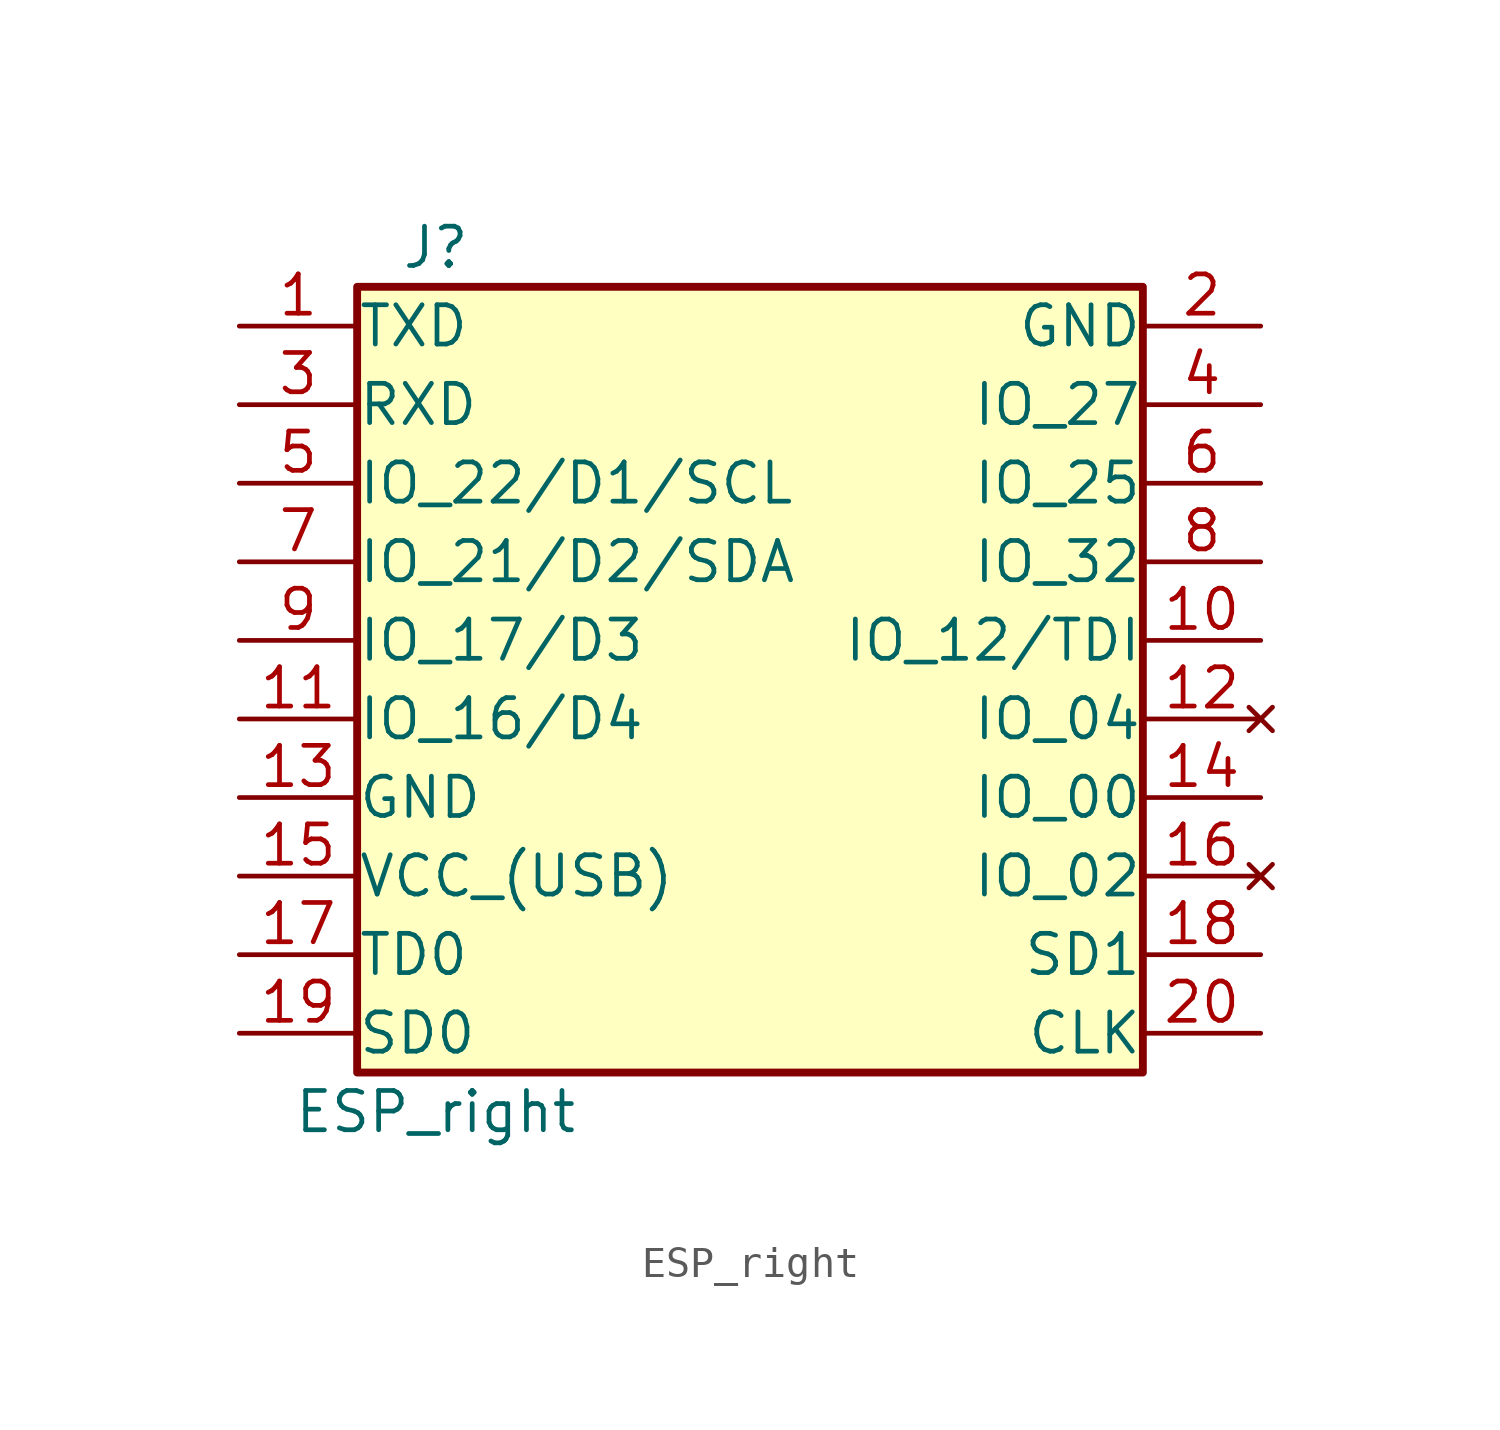
<source format=kicad_sym>
(kicad_symbol_lib
  (version 20220914)
  (generator kicad_symbol_editor)
  (symbol "ESP_right"
    (pin_names
      (offset 0.002))
    (property "Reference" "J"
      (at 1.27 12.7 0)
      (effects (font (size 1.27 1.27))))
    (property "Value" "ESP_right"
      (at 1.27 -15.24 0)
      (effects (font (size 1.27 1.27))))
    (symbol "ESP_right_1_1"
      (rectangle (start -1.27 11.43) (end 24.13 -13.97) (stroke (width 0.254) (type default)) (fill (type background)))
      (pin passive line (at -5.08 10.16 0) (length 3.81) (name "TXD" (effects (font (size 1.27 1.27)))) (number "1" (effects (font (size 1.27 1.27)))))
      (pin passive line (at 27.94 0 180) (length 3.81) (name "IO_12/TDI" (effects (font (size 1.27 1.27)))) (number "10" (effects (font (size 1.27 1.27)))))
      (pin passive line (at -5.08 -2.54 0) (length 3.81) (name "IO_16/D4" (effects (font (size 1.27 1.27)))) (number "11" (effects (font (size 1.27 1.27)))))
      (pin no_connect line (at 27.94 -2.54 180) (length 3.81) (name "IO_04" (effects (font (size 1.27 1.27)))) (number "12" (effects (font (size 1.27 1.27)))))
      (pin power_in line (at -5.08 -5.08 0) (length 3.81) (name "GND" (effects (font (size 1.27 1.27)))) (number "13" (effects (font (size 1.27 1.27)))))
      (pin passive line (at 27.94 -5.08 180) (length 3.81) (name "IO_00" (effects (font (size 1.27 1.27)))) (number "14" (effects (font (size 1.27 1.27)))))
      (pin power_out line (at -5.08 -7.62 0) (length 3.81) (name "VCC_(USB)" (effects (font (size 1.27 1.27)))) (number "15" (effects (font (size 1.27 1.27)))))
      (pin no_connect line (at 27.94 -7.62 180) (length 3.81) (name "IO_02" (effects (font (size 1.27 1.27)))) (number "16" (effects (font (size 1.27 1.27)))))
      (pin passive line (at -5.08 -10.16 0) (length 3.81) (name "TD0" (effects (font (size 1.27 1.27)))) (number "17" (effects (font (size 1.27 1.27)))))
      (pin passive line (at 27.94 -10.16 180) (length 3.81) (name "SD1" (effects (font (size 1.27 1.27)))) (number "18" (effects (font (size 1.27 1.27)))))
      (pin passive line (at -5.08 -12.7 0) (length 3.81) (name "SD0" (effects (font (size 1.27 1.27)))) (number "19" (effects (font (size 1.27 1.27)))))
      (pin power_in line (at 27.94 10.16 180) (length 3.81) (name "GND" (effects (font (size 1.27 1.27)))) (number "2" (effects (font (size 1.27 1.27)))))
      (pin passive line (at 27.94 -12.7 180) (length 3.81) (name "CLK" (effects (font (size 1.27 1.27)))) (number "20" (effects (font (size 1.27 1.27)))))
      (pin passive line (at -5.08 7.62 0) (length 3.81) (name "RXD" (effects (font (size 1.27 1.27)))) (number "3" (effects (font (size 1.27 1.27)))))
      (pin passive line (at 27.94 7.62 180) (length 3.81) (name "IO_27" (effects (font (size 1.27 1.27)))) (number "4" (effects (font (size 1.27 1.27)))))
      (pin passive line (at -5.08 5.08 0) (length 3.81) (name "IO_22/D1/SCL" (effects (font (size 1.27 1.27)))) (number "5" (effects (font (size 1.27 1.27)))))
      (pin passive line (at 27.94 5.08 180) (length 3.81) (name "IO_25" (effects (font (size 1.27 1.27)))) (number "6" (effects (font (size 1.27 1.27)))))
      (pin passive line (at -5.08 2.54 0) (length 3.81) (name "IO_21/D2/SDA" (effects (font (size 1.27 1.27)))) (number "7" (effects (font (size 1.27 1.27)))))
      (pin passive line (at 27.94 2.54 180) (length 3.81) (name "IO_32" (effects (font (size 1.27 1.27)))) (number "8" (effects (font (size 1.27 1.27)))))
      (pin passive line (at -5.08 0 0) (length 3.81) (name "IO_17/D3" (effects (font (size 1.27 1.27)))) (number "9" (effects (font (size 1.27 1.27))))))))
</source>
